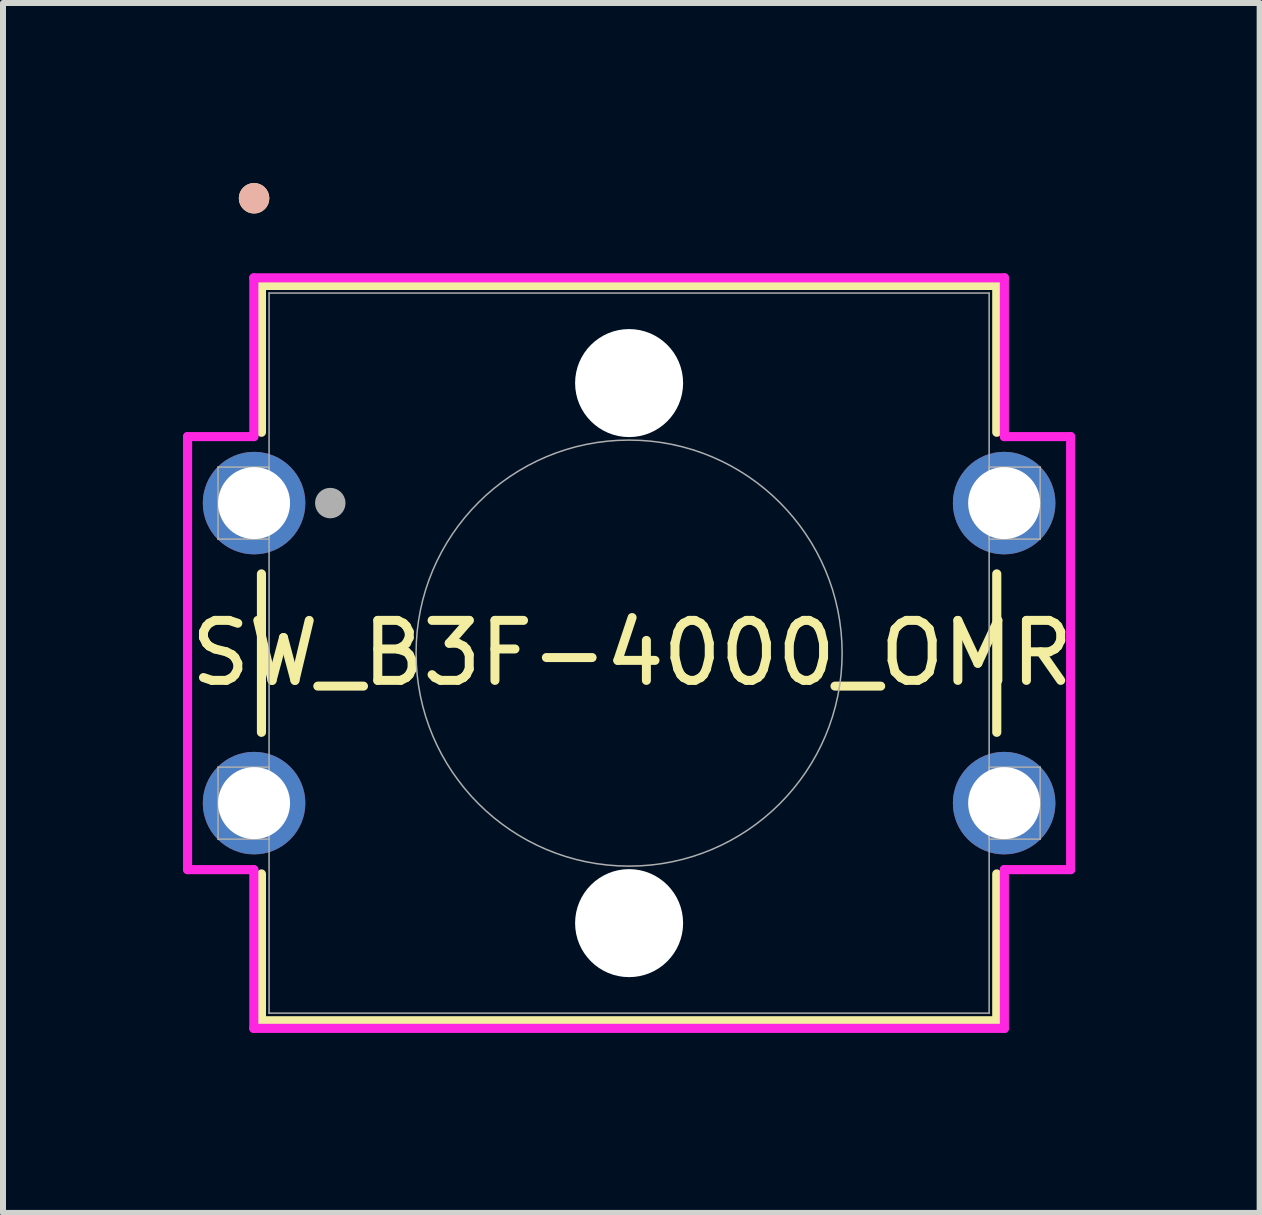
<source format=kicad_pcb>
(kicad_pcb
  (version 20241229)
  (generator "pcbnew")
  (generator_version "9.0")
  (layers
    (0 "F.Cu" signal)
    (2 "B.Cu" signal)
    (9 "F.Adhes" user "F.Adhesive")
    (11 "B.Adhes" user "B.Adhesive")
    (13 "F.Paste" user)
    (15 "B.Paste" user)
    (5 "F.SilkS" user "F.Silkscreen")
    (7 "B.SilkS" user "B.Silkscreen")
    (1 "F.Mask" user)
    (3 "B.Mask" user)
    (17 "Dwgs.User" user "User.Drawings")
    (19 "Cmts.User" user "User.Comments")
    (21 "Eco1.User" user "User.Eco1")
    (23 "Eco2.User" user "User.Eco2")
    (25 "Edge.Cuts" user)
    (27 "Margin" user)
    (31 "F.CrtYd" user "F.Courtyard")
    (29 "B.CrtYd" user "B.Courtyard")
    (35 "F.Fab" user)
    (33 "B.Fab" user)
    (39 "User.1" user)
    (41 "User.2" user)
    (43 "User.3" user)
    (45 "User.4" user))
  (footprint "SW_B3F-4000_OMR"
    (layer "F.Cu")
    (at 1.184 5.334)
    (property "Reference" "SW_B3F-4000_OMR" (at 6.3 2.5 0) (unlocked yes) (layer "F.SilkS") (effects (font (size 1 1) (thickness 0.15))))
    (attr through_hole)
    (fp_line (start 0.123 -3.627) (end 0.123 -1.18) (stroke (width 0.152) (type solid)) (layer "F.SilkS"))
    (fp_line (start 0.123 1.18) (end 0.123 3.82) (stroke (width 0.152) (type solid)) (layer "F.SilkS"))
    (fp_line (start 0.123 6.18) (end 0.123 8.627) (stroke (width 0.152) (type solid)) (layer "F.SilkS"))
    (fp_line (start 0.123 8.627) (end 12.377 8.627) (stroke (width 0.152) (type solid)) (layer "F.SilkS"))
    (fp_line (start 12.377 -3.627) (end 0.123 -3.627) (stroke (width 0.152) (type solid)) (layer "F.SilkS"))
    (fp_line (start 12.377 -1.18) (end 12.377 -3.627) (stroke (width 0.152) (type solid)) (layer "F.SilkS"))
    (fp_line (start 12.377 3.82) (end 12.377 1.18) (stroke (width 0.152) (type solid)) (layer "F.SilkS"))
    (fp_line (start 12.377 8.627) (end 12.377 6.18) (stroke (width 0.152) (type solid)) (layer "F.SilkS"))
    (fp_circle (center 0 -5.08) (end 0.127 -5.08) (stroke (width 0.254) (type solid)) (fill no) (layer "F.SilkS"))
    (fp_circle (center 0 -5.08) (end 0.127 -5.08) (stroke (width 0.254) (type solid)) (fill no) (layer "B.SilkS"))
    (fp_line (start -1.108 -1.108) (end -0.004 -1.108) (stroke (width 0.152) (type solid)) (layer "F.CrtYd"))
    (fp_line (start -1.108 6.108) (end -1.108 -1.108) (stroke (width 0.152) (type solid)) (layer "F.CrtYd"))
    (fp_line (start -1.108 6.108) (end -0.004 6.108) (stroke (width 0.152) (type solid)) (layer "F.CrtYd"))
    (fp_line (start -0.004 -3.754) (end 12.504 -3.754) (stroke (width 0.152) (type solid)) (layer "F.CrtYd"))
    (fp_line (start -0.004 -1.108) (end -0.004 -3.754) (stroke (width 0.152) (type solid)) (layer "F.CrtYd"))
    (fp_line (start -0.004 8.754) (end -0.004 6.108) (stroke (width 0.152) (type solid)) (layer "F.CrtYd"))
    (fp_line (start 12.504 -3.754) (end 12.504 -1.108) (stroke (width 0.152) (type solid)) (layer "F.CrtYd"))
    (fp_line (start 12.504 6.108) (end 12.504 8.754) (stroke (width 0.152) (type solid)) (layer "F.CrtYd"))
    (fp_line (start 12.504 8.754) (end -0.004 8.754) (stroke (width 0.152) (type solid)) (layer "F.CrtYd"))
    (fp_line (start 13.608 -1.108) (end 12.504 -1.108) (stroke (width 0.152) (type solid)) (layer "F.CrtYd"))
    (fp_line (start 13.608 -1.108) (end 13.608 6.108) (stroke (width 0.152) (type solid)) (layer "F.CrtYd"))
    (fp_line (start 13.608 6.108) (end 12.504 6.108) (stroke (width 0.152) (type solid)) (layer "F.CrtYd"))
    (fp_line (start -0.6 -0.6) (end -0.6 0.6) (stroke (width 0.025) (type solid)) (layer "F.Fab"))
    (fp_line (start -0.6 0.6) (end 0.25 0.6) (stroke (width 0.025) (type solid)) (layer "F.Fab"))
    (fp_line (start -0.6 4.4) (end -0.6 5.6) (stroke (width 0.025) (type solid)) (layer "F.Fab"))
    (fp_line (start -0.6 5.6) (end 0.25 5.6) (stroke (width 0.025) (type solid)) (layer "F.Fab"))
    (fp_line (start 0.25 -0.6) (end -0.6 -0.6) (stroke (width 0.025) (type solid)) (layer "F.Fab"))
    (fp_line (start 0.25 0.6) (end 0.25 -0.6) (stroke (width 0.025) (type solid)) (layer "F.Fab"))
    (fp_line (start 0.25 4.4) (end -0.6 4.4) (stroke (width 0.025) (type solid)) (layer "F.Fab"))
    (fp_line (start 0.25 5.6) (end 0.25 4.4) (stroke (width 0.025) (type solid)) (layer "F.Fab"))
    (fp_line (start 0.25 -3.5) (end 0.25 8.5) (stroke (width 0.025) (type solid)) (layer "F.Fab"))
    (fp_line (start 0.25 8.5) (end 12.25 8.5) (stroke (width 0.025) (type solid)) (layer "F.Fab"))
    (fp_line (start 12.25 -3.5) (end 0.25 -3.5) (stroke (width 0.025) (type solid)) (layer "F.Fab"))
    (fp_line (start 12.25 8.5) (end 12.25 -3.5) (stroke (width 0.025) (type solid)) (layer "F.Fab"))
    (fp_line (start 12.25 -0.6) (end 12.25 0.6) (stroke (width 0.025) (type solid)) (layer "F.Fab"))
    (fp_line (start 12.25 0.6) (end 13.1 0.6) (stroke (width 0.025) (type solid)) (layer "F.Fab"))
    (fp_line (start 12.25 4.4) (end 12.25 5.6) (stroke (width 0.025) (type solid)) (layer "F.Fab"))
    (fp_line (start 12.25 5.6) (end 13.1 5.6) (stroke (width 0.025) (type solid)) (layer "F.Fab"))
    (fp_line (start 13.1 -0.6) (end 12.25 -0.6) (stroke (width 0.025) (type solid)) (layer "F.Fab"))
    (fp_line (start 13.1 0.6) (end 13.1 -0.6) (stroke (width 0.025) (type solid)) (layer "F.Fab"))
    (fp_line (start 13.1 4.4) (end 12.25 4.4) (stroke (width 0.025) (type solid)) (layer "F.Fab"))
    (fp_line (start 13.1 5.6) (end 13.1 4.4) (stroke (width 0.025) (type solid)) (layer "F.Fab"))
    (fp_circle (center 1.27 0) (end 1.397 0) (stroke (width 0.254) (type solid)) (fill no) (layer "F.Fab"))
    (fp_circle (center 6.25 2.5) (end 9.8 2.5) (stroke (width 0.025) (type solid)) (fill no) (layer "F.Fab"))
    (pad "" np_thru_hole circle (at 6.25 -2) (size 1.8 1.8) (drill 1.8) (layers "*.Cu" "*.Mask"))
    (pad "" np_thru_hole circle (at 6.25 7) (size 1.8 1.8) (drill 1.8) (layers "*.Cu" "*.Mask"))
    (pad "1" thru_hole circle (at 0 0) (size 1.708 1.708) (drill 1.2) (layers "*.Cu" "*.Mask"))
    (pad "2" thru_hole circle (at 12.5 0) (size 1.708 1.708) (drill 1.2) (layers "*.Cu" "*.Mask"))
    (pad "3" thru_hole circle (at 0 5) (size 1.708 1.708) (drill 1.2) (layers "*.Cu" "*.Mask"))
    (pad "4" thru_hole circle (at 12.5 5) (size 1.708 1.708) (drill 1.2) (layers "*.Cu" "*.Mask")))
  (gr_rect
    (start -3 -3)
    (end 17.942 17.164)
    (stroke (width 0.1) (type default))
    (fill no)
    (layer "Edge.Cuts")))
</source>
